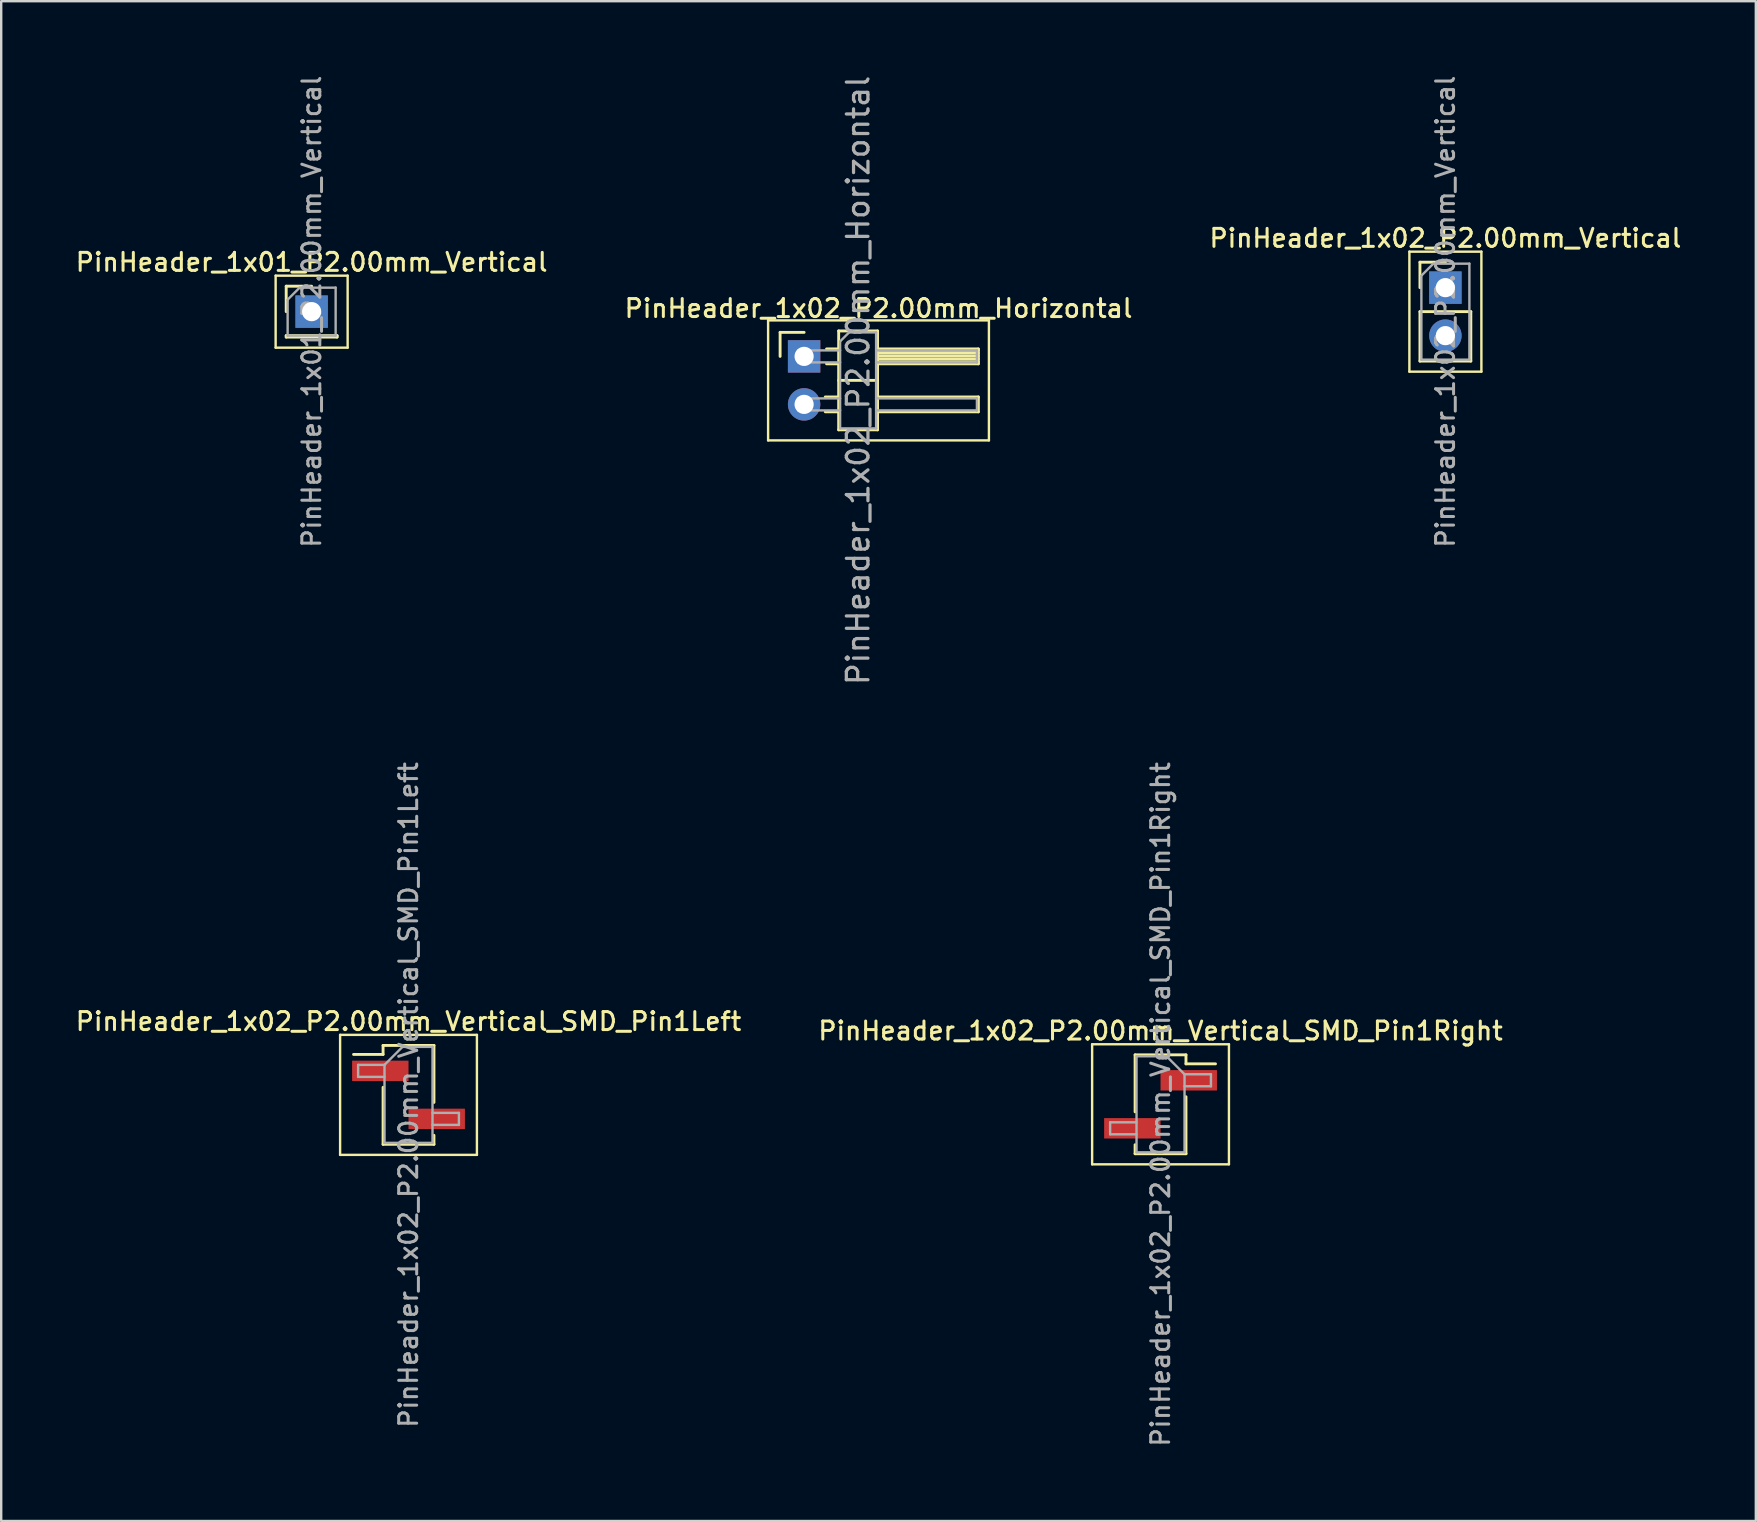
<source format=kicad_pcb>
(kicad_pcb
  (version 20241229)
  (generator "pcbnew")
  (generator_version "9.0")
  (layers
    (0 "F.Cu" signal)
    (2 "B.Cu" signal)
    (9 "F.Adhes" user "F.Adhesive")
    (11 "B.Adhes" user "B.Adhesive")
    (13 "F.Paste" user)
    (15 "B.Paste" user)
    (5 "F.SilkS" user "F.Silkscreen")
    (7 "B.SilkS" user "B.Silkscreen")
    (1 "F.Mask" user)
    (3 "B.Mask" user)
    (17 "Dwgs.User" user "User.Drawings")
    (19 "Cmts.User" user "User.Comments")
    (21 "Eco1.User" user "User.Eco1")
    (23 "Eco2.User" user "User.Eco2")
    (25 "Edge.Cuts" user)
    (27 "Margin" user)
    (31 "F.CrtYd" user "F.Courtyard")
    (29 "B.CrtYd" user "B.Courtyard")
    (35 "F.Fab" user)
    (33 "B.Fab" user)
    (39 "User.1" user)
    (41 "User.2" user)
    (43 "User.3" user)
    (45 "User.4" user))
  (footprint "PinHeader_1x02_P2.00mm_Vertical"
    (layer "F.Cu")
    (at 57.17 8.934)
    (property "Reference" "PinHeader_1x02_P2.00mm_Vertical" (at 0 -2.06 0) (layer "F.SilkS") (effects (font (size 0.75 0.75) (thickness 0.125))))
    (attr through_hole)
    (fp_line (start -1.5 -1.5) (end -1.5 3.5) (stroke (width 0.1) (type solid)) (layer "F.SilkS"))
    (fp_line (start -1.5 3.5) (end 1.5 3.5) (stroke (width 0.1) (type solid)) (layer "F.SilkS"))
    (fp_line (start -1.06 -1.06) (end 0 -1.06) (stroke (width 0.12) (type solid)) (layer "F.SilkS"))
    (fp_line (start -1.06 0) (end -1.06 -1.06) (stroke (width 0.12) (type solid)) (layer "F.SilkS"))
    (fp_line (start -1.06 1) (end -1.06 3.06) (stroke (width 0.12) (type solid)) (layer "F.SilkS"))
    (fp_line (start -1.06 1) (end 1.06 1) (stroke (width 0.12) (type solid)) (layer "F.SilkS"))
    (fp_line (start -1.06 3.06) (end 1.06 3.06) (stroke (width 0.12) (type solid)) (layer "F.SilkS"))
    (fp_line (start 1.06 1) (end 1.06 3.06) (stroke (width 0.12) (type solid)) (layer "F.SilkS"))
    (fp_line (start 1.5 -1.5) (end -1.5 -1.5) (stroke (width 0.1) (type solid)) (layer "F.SilkS"))
    (fp_line (start 1.5 3.5) (end 1.5 -1.5) (stroke (width 0.1) (type solid)) (layer "F.SilkS"))
    (fp_line (start -1 -0.5) (end -0.5 -1) (stroke (width 0.1) (type solid)) (layer "F.Fab"))
    (fp_line (start -1 3) (end -1 -0.5) (stroke (width 0.1) (type solid)) (layer "F.Fab"))
    (fp_line (start -0.5 -1) (end 1 -1) (stroke (width 0.1) (type solid)) (layer "F.Fab"))
    (fp_line (start 1 -1) (end 1 3) (stroke (width 0.1) (type solid)) (layer "F.Fab"))
    (fp_line (start 1 3) (end -1 3) (stroke (width 0.1) (type solid)) (layer "F.Fab"))
    (fp_text user "${REFERENCE}" (at 0 1 90) (layer "F.Fab") (effects (font (size 0.75 0.75) (thickness 0.125))))
    (pad "1" thru_hole rect (at 0 0) (size 1.35 1.35) (drill 0.8) (layers "*.Cu" "*.Mask"))
    (pad "2" thru_hole oval (at 0 2) (size 1.35 1.35) (drill 0.8) (layers "*.Cu" "*.Mask")))
  (footprint "PinHeader_1x01_P2.00mm_Vertical"
    (layer "F.Cu")
    (at 9.934 9.934)
    (property "Reference" "PinHeader_1x01_P2.00mm_Vertical" (at 0 -2.06 0) (layer "F.SilkS") (effects (font (size 0.75 0.75) (thickness 0.125))))
    (attr through_hole)
    (fp_line (start -1.5 -1.5) (end -1.5 1.5) (stroke (width 0.1) (type solid)) (layer "F.SilkS"))
    (fp_line (start -1.5 1.5) (end 1.5 1.5) (stroke (width 0.1) (type solid)) (layer "F.SilkS"))
    (fp_line (start -1.06 -1.06) (end 0 -1.06) (stroke (width 0.12) (type solid)) (layer "F.SilkS"))
    (fp_line (start -1.06 0) (end -1.06 -1.06) (stroke (width 0.12) (type solid)) (layer "F.SilkS"))
    (fp_line (start -1.06 1) (end -1.06 1.06) (stroke (width 0.12) (type solid)) (layer "F.SilkS"))
    (fp_line (start -1.06 1) (end 1.06 1) (stroke (width 0.12) (type solid)) (layer "F.SilkS"))
    (fp_line (start -1.06 1.06) (end 1.06 1.06) (stroke (width 0.12) (type solid)) (layer "F.SilkS"))
    (fp_line (start 1.06 1) (end 1.06 1.06) (stroke (width 0.12) (type solid)) (layer "F.SilkS"))
    (fp_line (start 1.5 -1.5) (end -1.5 -1.5) (stroke (width 0.1) (type solid)) (layer "F.SilkS"))
    (fp_line (start 1.5 1.5) (end 1.5 -1.5) (stroke (width 0.1) (type solid)) (layer "F.SilkS"))
    (fp_line (start -1 -0.5) (end -0.5 -1) (stroke (width 0.1) (type solid)) (layer "F.Fab"))
    (fp_line (start -1 1) (end -1 -0.5) (stroke (width 0.1) (type solid)) (layer "F.Fab"))
    (fp_line (start -0.5 -1) (end 1 -1) (stroke (width 0.1) (type solid)) (layer "F.Fab"))
    (fp_line (start 1 -1) (end 1 1) (stroke (width 0.1) (type solid)) (layer "F.Fab"))
    (fp_line (start 1 1) (end -1 1) (stroke (width 0.1) (type solid)) (layer "F.Fab"))
    (fp_text user "${REFERENCE}" (at 0 0 90) (layer "F.Fab") (effects (font (size 0.75 0.75) (thickness 0.125))))
    (pad "1" thru_hole rect (at 0 0) (size 1.35 1.35) (drill 0.8) (layers "*.Cu" "*.Mask")))
  (footprint "PinHeader_1x02_P2.00mm_Vertical_SMD_Pin1Left"
    (layer "F.Cu")
    (at 13.97 42.566)
    (property "Reference" "PinHeader_1x02_P2.00mm_Vertical_SMD_Pin1Left" (at 0 -3.06 0) (layer "F.SilkS") (effects (font (size 0.75 0.75) (thickness 0.125))))
    (attr smd)
    (fp_line (start -2.85 -2.5) (end -2.85 2.5) (stroke (width 0.1) (type solid)) (layer "F.SilkS"))
    (fp_line (start -2.85 2.5) (end 2.85 2.5) (stroke (width 0.1) (type solid)) (layer "F.SilkS"))
    (fp_line (start -1.06 -2.06) (end -1.06 -1.685) (stroke (width 0.12) (type solid)) (layer "F.SilkS"))
    (fp_line (start -1.06 -2.06) (end 1.06 -2.06) (stroke (width 0.12) (type solid)) (layer "F.SilkS"))
    (fp_line (start -1.06 -1.685) (end -2.29 -1.685) (stroke (width 0.12) (type solid)) (layer "F.SilkS"))
    (fp_line (start -1.06 -0.315) (end -1.06 2.06) (stroke (width 0.12) (type solid)) (layer "F.SilkS"))
    (fp_line (start -1.06 2.06) (end 1.06 2.06) (stroke (width 0.12) (type solid)) (layer "F.SilkS"))
    (fp_line (start 1.06 -2.06) (end 1.06 0.315) (stroke (width 0.12) (type solid)) (layer "F.SilkS"))
    (fp_line (start 1.06 1.685) (end 1.06 2.06) (stroke (width 0.12) (type solid)) (layer "F.SilkS"))
    (fp_line (start 2.85 -2.5) (end -2.85 -2.5) (stroke (width 0.1) (type solid)) (layer "F.SilkS"))
    (fp_line (start 2.85 2.5) (end 2.85 -2.5) (stroke (width 0.1) (type solid)) (layer "F.SilkS"))
    (fp_line (start -2.1 -1.25) (end -2.1 -0.75) (stroke (width 0.1) (type solid)) (layer "F.Fab"))
    (fp_line (start -2.1 -0.75) (end -1 -0.75) (stroke (width 0.1) (type solid)) (layer "F.Fab"))
    (fp_line (start -1 -1.25) (end -2.1 -1.25) (stroke (width 0.1) (type solid)) (layer "F.Fab"))
    (fp_line (start -1 -1.25) (end -0.25 -2) (stroke (width 0.1) (type solid)) (layer "F.Fab"))
    (fp_line (start -1 2) (end -1 -1.25) (stroke (width 0.1) (type solid)) (layer "F.Fab"))
    (fp_line (start -0.25 -2) (end 1 -2) (stroke (width 0.1) (type solid)) (layer "F.Fab"))
    (fp_line (start 1 -2) (end 1 2) (stroke (width 0.1) (type solid)) (layer "F.Fab"))
    (fp_line (start 1 0.75) (end 2.1 0.75) (stroke (width 0.1) (type solid)) (layer "F.Fab"))
    (fp_line (start 1 2) (end -1 2) (stroke (width 0.1) (type solid)) (layer "F.Fab"))
    (fp_line (start 2.1 0.75) (end 2.1 1.25) (stroke (width 0.1) (type solid)) (layer "F.Fab"))
    (fp_line (start 2.1 1.25) (end 1 1.25) (stroke (width 0.1) (type solid)) (layer "F.Fab"))
    (fp_text user "${REFERENCE}" (at 0 0 90) (layer "F.Fab") (effects (font (size 0.75 0.75) (thickness 0.125))))
    (pad "1" smd rect (at -1.175 -1) (size 2.35 0.85) (layers "F.Cu" "F.Mask" "F.Paste"))
    (pad "2" smd rect (at 1.175 1) (size 2.35 0.85) (layers "F.Cu" "F.Mask" "F.Paste")))
  (footprint "PinHeader_1x02_P2.00mm_Horizontal"
    (layer "F.Cu")
    (at 30.452 11.798)
    (property "Reference" "PinHeader_1x02_P2.00mm_Horizontal" (at 3.1 -2 0) (layer "F.SilkS") (effects (font (size 0.75 0.75) (thickness 0.125))))
    (attr through_hole)
    (fp_line (start -1.5 -1.5) (end -1.5 3.5) (stroke (width 0.1) (type solid)) (layer "F.SilkS"))
    (fp_line (start -1.5 3.5) (end 7.7 3.5) (stroke (width 0.1) (type solid)) (layer "F.SilkS"))
    (fp_line (start -1 -1) (end 0 -1) (stroke (width 0.12) (type solid)) (layer "F.SilkS"))
    (fp_line (start -1 0) (end -1 -1) (stroke (width 0.12) (type solid)) (layer "F.SilkS"))
    (fp_line (start 0.882 1.69) (end 1.44 1.69) (stroke (width 0.12) (type solid)) (layer "F.SilkS"))
    (fp_line (start 0.882 2.31) (end 1.44 2.31) (stroke (width 0.12) (type solid)) (layer "F.SilkS"))
    (fp_line (start 0.935 -0.31) (end 1.44 -0.31) (stroke (width 0.12) (type solid)) (layer "F.SilkS"))
    (fp_line (start 0.935 0.31) (end 1.44 0.31) (stroke (width 0.12) (type solid)) (layer "F.SilkS"))
    (fp_line (start 1.44 -1.06) (end 1.44 3.06) (stroke (width 0.12) (type solid)) (layer "F.SilkS"))
    (fp_line (start 1.44 1) (end 3.06 1) (stroke (width 0.12) (type solid)) (layer "F.SilkS"))
    (fp_line (start 1.44 3.06) (end 3.06 3.06) (stroke (width 0.12) (type solid)) (layer "F.SilkS"))
    (fp_line (start 3.06 -1.06) (end 1.44 -1.06) (stroke (width 0.12) (type solid)) (layer "F.SilkS"))
    (fp_line (start 3.06 -0.31) (end 7.26 -0.31) (stroke (width 0.12) (type solid)) (layer "F.SilkS"))
    (fp_line (start 3.06 -0.25) (end 7.26 -0.25) (stroke (width 0.12) (type solid)) (layer "F.SilkS"))
    (fp_line (start 3.06 -0.13) (end 7.26 -0.13) (stroke (width 0.12) (type solid)) (layer "F.SilkS"))
    (fp_line (start 3.06 -0.01) (end 7.26 -0.01) (stroke (width 0.12) (type solid)) (layer "F.SilkS"))
    (fp_line (start 3.06 0.11) (end 7.26 0.11) (stroke (width 0.12) (type solid)) (layer "F.SilkS"))
    (fp_line (start 3.06 0.23) (end 7.26 0.23) (stroke (width 0.12) (type solid)) (layer "F.SilkS"))
    (fp_line (start 3.06 1.69) (end 7.26 1.69) (stroke (width 0.12) (type solid)) (layer "F.SilkS"))
    (fp_line (start 3.06 3.06) (end 3.06 -1.06) (stroke (width 0.12) (type solid)) (layer "F.SilkS"))
    (fp_line (start 7.26 -0.31) (end 7.26 0.31) (stroke (width 0.12) (type solid)) (layer "F.SilkS"))
    (fp_line (start 7.26 0.31) (end 3.06 0.31) (stroke (width 0.12) (type solid)) (layer "F.SilkS"))
    (fp_line (start 7.26 1.69) (end 7.26 2.31) (stroke (width 0.12) (type solid)) (layer "F.SilkS"))
    (fp_line (start 7.26 2.31) (end 3.06 2.31) (stroke (width 0.12) (type solid)) (layer "F.SilkS"))
    (fp_line (start 7.7 -1.5) (end -1.5 -1.5) (stroke (width 0.1) (type solid)) (layer "F.SilkS"))
    (fp_line (start 7.7 3.5) (end 7.7 -1.5) (stroke (width 0.1) (type solid)) (layer "F.SilkS"))
    (fp_line (start -0.25 -0.25) (end -0.25 0.25) (stroke (width 0.1) (type solid)) (layer "F.Fab"))
    (fp_line (start -0.25 -0.25) (end 1.5 -0.25) (stroke (width 0.1) (type solid)) (layer "F.Fab"))
    (fp_line (start -0.25 0.25) (end 1.5 0.25) (stroke (width 0.1) (type solid)) (layer "F.Fab"))
    (fp_line (start -0.25 1.75) (end -0.25 2.25) (stroke (width 0.1) (type solid)) (layer "F.Fab"))
    (fp_line (start -0.25 1.75) (end 1.5 1.75) (stroke (width 0.1) (type solid)) (layer "F.Fab"))
    (fp_line (start -0.25 2.25) (end 1.5 2.25) (stroke (width 0.1) (type solid)) (layer "F.Fab"))
    (fp_line (start 1.5 -0.625) (end 1.875 -1) (stroke (width 0.1) (type solid)) (layer "F.Fab"))
    (fp_line (start 1.5 3) (end 1.5 -0.625) (stroke (width 0.1) (type solid)) (layer "F.Fab"))
    (fp_line (start 1.875 -1) (end 3 -1) (stroke (width 0.1) (type solid)) (layer "F.Fab"))
    (fp_line (start 3 -1) (end 3 3) (stroke (width 0.1) (type solid)) (layer "F.Fab"))
    (fp_line (start 3 -0.25) (end 7.2 -0.25) (stroke (width 0.1) (type solid)) (layer "F.Fab"))
    (fp_line (start 3 0.25) (end 7.2 0.25) (stroke (width 0.1) (type solid)) (layer "F.Fab"))
    (fp_line (start 3 1.75) (end 7.2 1.75) (stroke (width 0.1) (type solid)) (layer "F.Fab"))
    (fp_line (start 3 2.25) (end 7.2 2.25) (stroke (width 0.1) (type solid)) (layer "F.Fab"))
    (fp_line (start 3 3) (end 1.5 3) (stroke (width 0.1) (type solid)) (layer "F.Fab"))
    (fp_line (start 7.2 -0.25) (end 7.2 0.25) (stroke (width 0.1) (type solid)) (layer "F.Fab"))
    (fp_line (start 7.2 1.75) (end 7.2 2.25) (stroke (width 0.1) (type solid)) (layer "F.Fab"))
    (fp_text user "${REFERENCE}" (at 2.25 1 90) (layer "F.Fab") (effects (font (size 0.9 0.9) (thickness 0.135))))
    (pad "1" thru_hole rect (at 0 0) (size 1.35 1.35) (drill 0.8) (layers "*.Cu" "*.Mask"))
    (pad "2" thru_hole oval (at 0 2) (size 1.35 1.35) (drill 0.8) (layers "*.Cu" "*.Mask")))
  (footprint "PinHeader_1x02_P2.00mm_Vertical_SMD_Pin1Right"
    (layer "F.Cu")
    (at 45.302 42.959)
    (property "Reference" "PinHeader_1x02_P2.00mm_Vertical_SMD_Pin1Right" (at 0 -3.06 0) (layer "F.SilkS") (effects (font (size 0.75 0.75) (thickness 0.125))))
    (attr smd)
    (fp_line (start -2.85 -2.5) (end -2.85 2.5) (stroke (width 0.1) (type solid)) (layer "F.SilkS"))
    (fp_line (start -2.85 2.5) (end 2.85 2.5) (stroke (width 0.1) (type solid)) (layer "F.SilkS"))
    (fp_line (start -1.06 -2.06) (end -1.06 0.315) (stroke (width 0.12) (type solid)) (layer "F.SilkS"))
    (fp_line (start -1.06 -2.06) (end 1.06 -2.06) (stroke (width 0.12) (type solid)) (layer "F.SilkS"))
    (fp_line (start -1.06 1.685) (end -1.06 2.06) (stroke (width 0.12) (type solid)) (layer "F.SilkS"))
    (fp_line (start -1.06 2.06) (end 1.06 2.06) (stroke (width 0.12) (type solid)) (layer "F.SilkS"))
    (fp_line (start 1.06 -2.06) (end 1.06 -1.685) (stroke (width 0.12) (type solid)) (layer "F.SilkS"))
    (fp_line (start 1.06 -1.685) (end 2.29 -1.685) (stroke (width 0.12) (type solid)) (layer "F.SilkS"))
    (fp_line (start 1.06 -0.315) (end 1.06 2.06) (stroke (width 0.12) (type solid)) (layer "F.SilkS"))
    (fp_line (start 2.85 -2.5) (end -2.85 -2.5) (stroke (width 0.1) (type solid)) (layer "F.SilkS"))
    (fp_line (start 2.85 2.5) (end 2.85 -2.5) (stroke (width 0.1) (type solid)) (layer "F.SilkS"))
    (fp_line (start -2.1 0.75) (end -2.1 1.25) (stroke (width 0.1) (type solid)) (layer "F.Fab"))
    (fp_line (start -2.1 1.25) (end -1 1.25) (stroke (width 0.1) (type solid)) (layer "F.Fab"))
    (fp_line (start -1 -2) (end -1 2) (stroke (width 0.1) (type solid)) (layer "F.Fab"))
    (fp_line (start -1 -2) (end 0.25 -2) (stroke (width 0.1) (type solid)) (layer "F.Fab"))
    (fp_line (start -1 0.75) (end -2.1 0.75) (stroke (width 0.1) (type solid)) (layer "F.Fab"))
    (fp_line (start 1 -1.25) (end 0.25 -2) (stroke (width 0.1) (type solid)) (layer "F.Fab"))
    (fp_line (start 1 -1.25) (end 2.1 -1.25) (stroke (width 0.1) (type solid)) (layer "F.Fab"))
    (fp_line (start 1 2) (end -1 2) (stroke (width 0.1) (type solid)) (layer "F.Fab"))
    (fp_line (start 1 2) (end 1 -1.25) (stroke (width 0.1) (type solid)) (layer "F.Fab"))
    (fp_line (start 2.1 -1.25) (end 2.1 -0.75) (stroke (width 0.1) (type solid)) (layer "F.Fab"))
    (fp_line (start 2.1 -0.75) (end 1 -0.75) (stroke (width 0.1) (type solid)) (layer "F.Fab"))
    (fp_text user "${REFERENCE}" (at 0 0 90) (layer "F.Fab") (effects (font (size 0.75 0.75) (thickness 0.125))))
    (pad "1" smd rect (at 1.175 -1) (size 2.35 0.85) (layers "F.Cu" "F.Mask" "F.Paste"))
    (pad "2" smd rect (at -1.175 1) (size 2.35 0.85) (layers "F.Cu" "F.Mask" "F.Paste")))
  (gr_rect
    (start -3 -3)
    (end 70.104 60.321)
    (stroke (width 0.1) (type default))
    (fill no)
    (layer "Edge.Cuts")))
</source>
